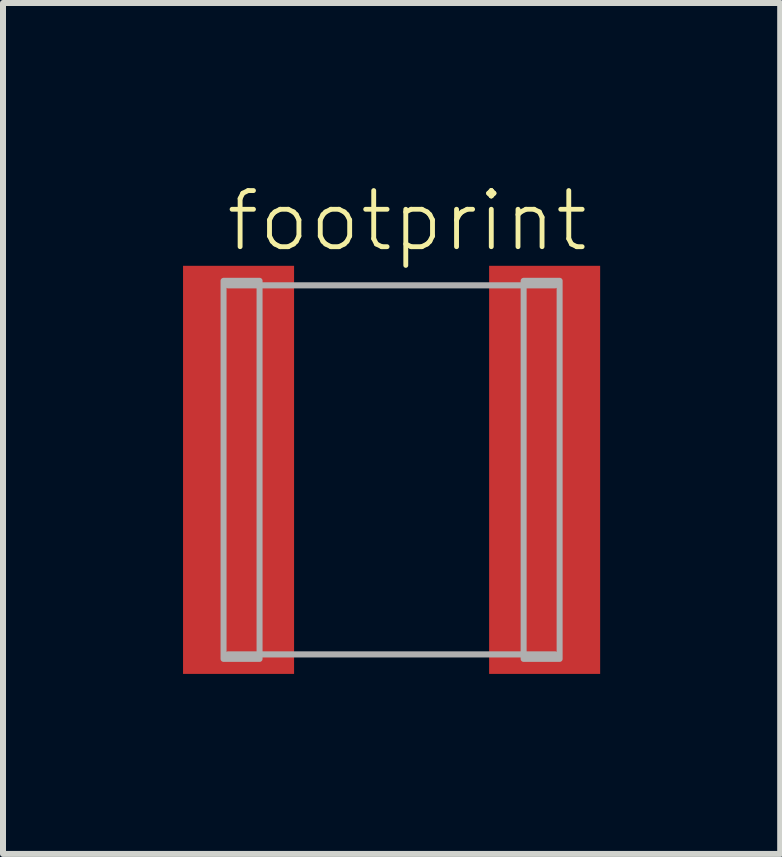
<source format=kicad_pcb>
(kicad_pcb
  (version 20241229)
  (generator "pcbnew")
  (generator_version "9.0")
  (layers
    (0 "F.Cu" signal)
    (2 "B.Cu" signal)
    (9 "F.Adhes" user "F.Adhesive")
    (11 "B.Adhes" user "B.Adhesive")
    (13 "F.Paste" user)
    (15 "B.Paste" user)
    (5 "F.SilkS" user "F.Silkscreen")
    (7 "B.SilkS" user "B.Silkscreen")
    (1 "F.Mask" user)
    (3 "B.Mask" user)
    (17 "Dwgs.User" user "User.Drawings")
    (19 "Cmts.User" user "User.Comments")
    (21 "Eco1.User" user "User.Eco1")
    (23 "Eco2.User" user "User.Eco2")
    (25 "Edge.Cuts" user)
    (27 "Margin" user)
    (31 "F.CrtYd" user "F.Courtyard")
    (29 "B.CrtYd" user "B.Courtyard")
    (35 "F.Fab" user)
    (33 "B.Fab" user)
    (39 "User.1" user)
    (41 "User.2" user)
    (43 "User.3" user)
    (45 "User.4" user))
  (footprint "footprint"
    (layer "F.Cu")
    (at 3.475 4.779)
    (property "Reference" "footprint" (at -2.8 -3.6 0) (layer "F.SilkS") (effects (font (size 0.935 0.935) (thickness 0.081)) (justify left bottom)))
    (fp_line (start -2.725 -3.075) (end 2.725 -3.075) (stroke (width 0.102) (type solid)) (layer "F.Fab"))
    (fp_line (start 2.725 3.075) (end -2.725 3.075) (stroke (width 0.102) (type solid)) (layer "F.Fab"))
    (fp_poly (pts (xy -2.8 3.15) (xy -2.2 3.15) (xy -2.2 -3.15) (xy -2.8 -3.15)) (stroke (width 0.1) (type solid)) (fill no) (layer "F.Fab"))
    (fp_poly (pts (xy 2.2 3.15) (xy 2.8 3.15) (xy 2.8 -3.15) (xy 2.2 -3.15)) (stroke (width 0.1) (type solid)) (fill no) (layer "F.Fab"))
    (pad "1" smd rect (at -2.55 0) (size 1.85 6.8) (layers "F.Cu" "F.Mask" "F.Paste"))
    (pad "2" smd rect (at 2.55 0) (size 1.85 6.8) (layers "F.Cu" "F.Mask" "F.Paste")))
  (gr_rect
    (start -3 -3)
    (end 9.95 11.179)
    (stroke (width 0.1) (type default))
    (fill no)
    (layer "Edge.Cuts")))
</source>
